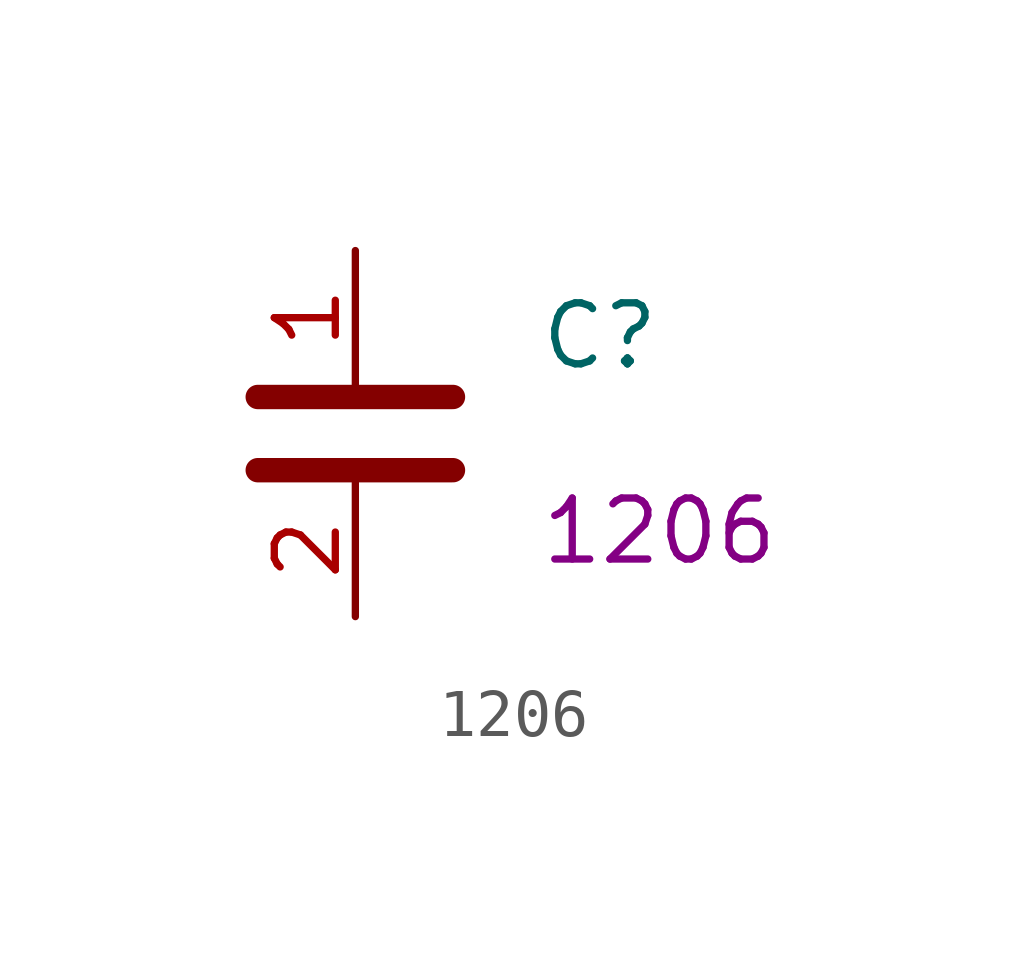
<source format=kicad_sym>
(kicad_symbol_lib
  (version 20241209)
  (generator "kicad_symbol_editor")
  (generator_version "9.0")
  (symbol "1206"
    (property "Reference" "C"
      (at 3.81 2.032 0)
      (effects (font (size 1.27 1.27)) (justify left)))
    (property "Value" ""
      (at 3.81 0 0)
      (effects (font (size 1.27 1.27)) (justify left)))
    (property "FOOTPRINT_SHORT" "1206"
      (at 3.81 -2.032 0)
      (effects (font (size 1.27 1.27)) (justify left)))
    (symbol "1206_0_1"
      (polyline (pts (xy -2.032 0.762) (xy 2.032 0.762)) (stroke (width 0.508) (type default)) (fill (type none)))
      (polyline (pts (xy -2.032 -0.762) (xy 2.032 -0.762)) (stroke (width 0.508) (type default)) (fill (type none))))
    (symbol "1206_1_1"
      (pin passive line (at 0 3.81 270) (length 2.794) (name "~" (effects (font (size 1.27 1.27)))) (number "1" (effects (font (size 1.27 1.27)))))
      (pin passive line (at 0 -3.81 90) (length 2.794) (name "~" (effects (font (size 1.27 1.27)))) (number "2" (effects (font (size 1.27 1.27))))))))
</source>
